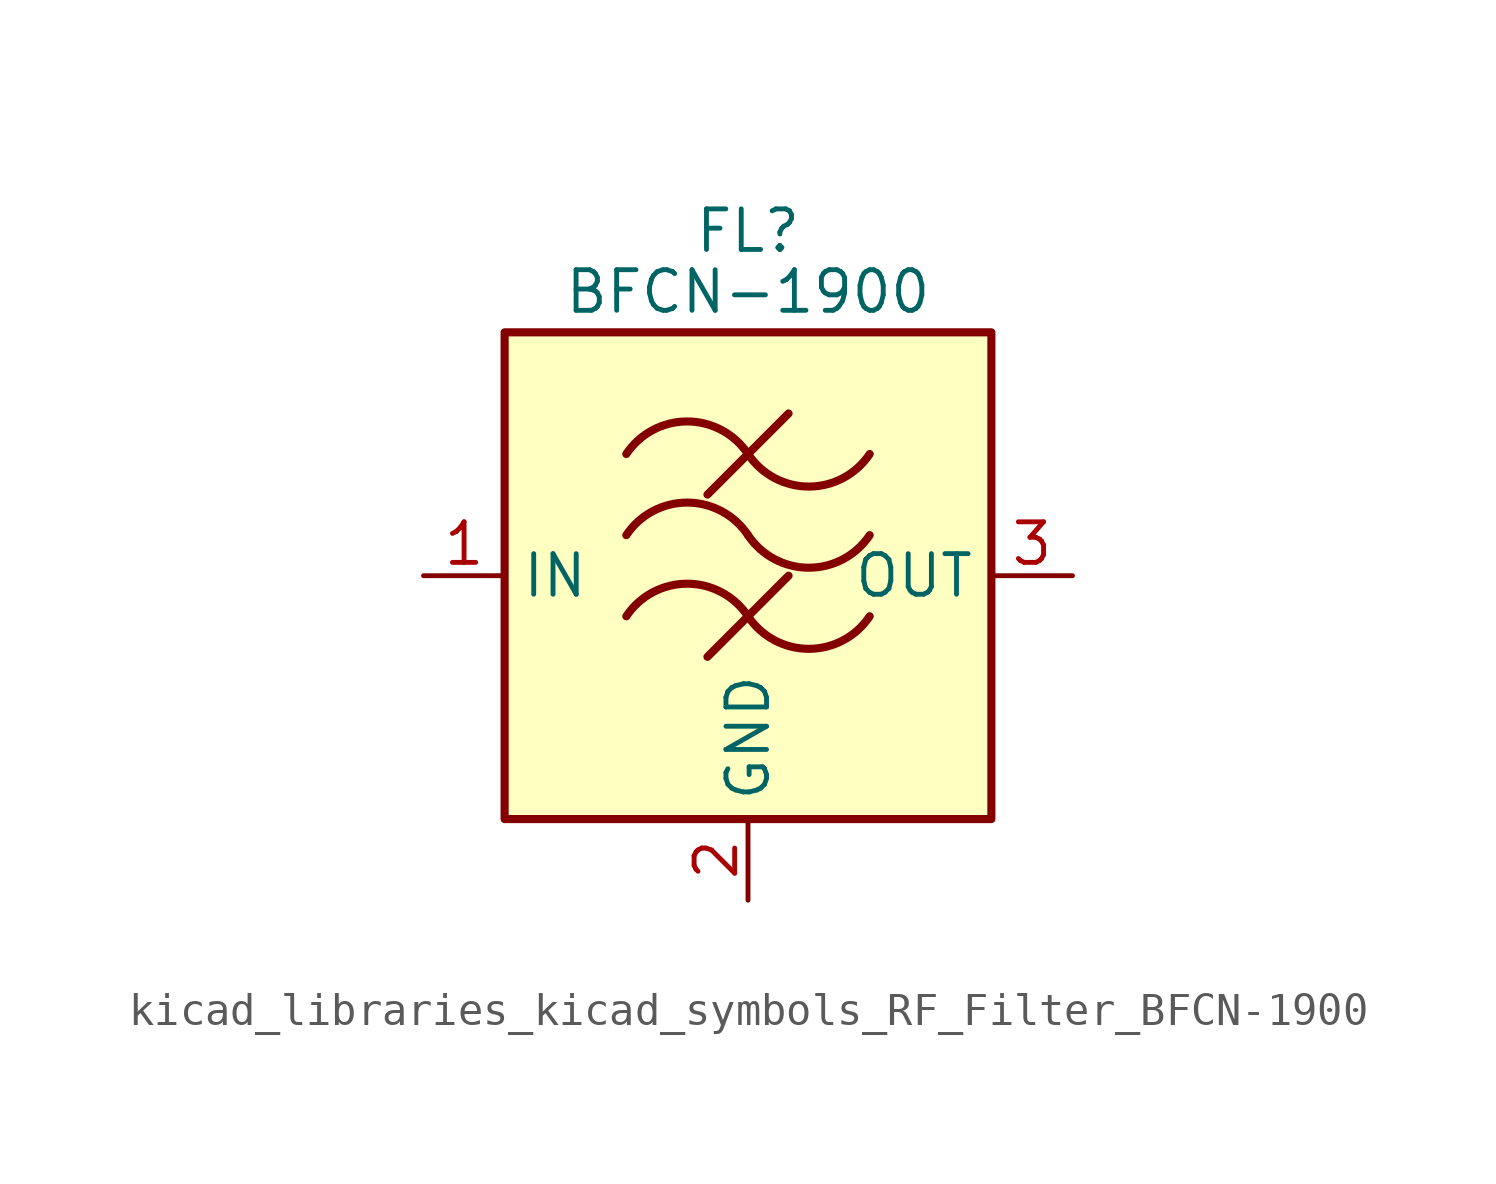
<source format=kicad_sym>
(kicad_symbol_lib
  (version 20220914)
  (generator kicad_symbol_editor)
  (symbol "kicad_libraries_kicad_symbols_RF_Filter_BFCN-1900"
    (property "Reference" "FL"
      (at 0 10.795 0)
      (effects (font (size 1.27 1.27))))
    (property "Value" "BFCN-1900"
      (at 0 8.89 0)
      (effects (font (size 1.27 1.27))))
    (symbol "kicad_libraries_kicad_symbols_RF_Filter_BFCN-1900_0_1"
      (rectangle (start -7.62 7.62) (end 7.62 -7.62) (stroke (width 0.254) (type default)) (fill (type background)))
      (arc (start 0 -1.27) (mid -1.905 -0.2505) (end -3.81 -1.27) (stroke (width 0.254) (type default)) (fill (type none)))
      (arc (start 0 -1.27) (mid 1.905 -2.2895) (end 3.81 -1.27) (stroke (width 0.254) (type default)) (fill (type none)))
      (polyline (pts (xy -1.27 -2.54) (xy 1.27 0)) (stroke (width 0.254) (type default)) (fill (type none)))
      (polyline (pts (xy -1.27 2.54) (xy 1.27 5.08)) (stroke (width 0.254) (type default)) (fill (type none)))
      (arc (start 0 1.27) (mid -1.905 2.2895) (end -3.81 1.27) (stroke (width 0.254) (type default)) (fill (type none)))
      (arc (start 0 1.27) (mid 1.905 0.2505) (end 3.81 1.27) (stroke (width 0.254) (type default)) (fill (type none)))
      (arc (start 0 3.81) (mid -1.905 4.8295) (end -3.81 3.81) (stroke (width 0.254) (type default)) (fill (type none)))
      (arc (start 0 3.81) (mid 1.905 2.7905) (end 3.81 3.81) (stroke (width 0.254) (type default)) (fill (type none))))
    (symbol "kicad_libraries_kicad_symbols_RF_Filter_BFCN-1900_1_1"
      (pin passive line (at -10.16 0 0) (length 2.54) (name "IN" (effects (font (size 1.27 1.27)))) (number "1" (effects (font (size 1.27 1.27)))))
      (pin passive line (at 0 -10.16 90) (length 2.54) (name "GND" (effects (font (size 1.27 1.27)))) (number "2" (effects (font (size 1.27 1.27)))))
      (pin passive line (at 10.16 0 180) (length 2.54) (name "OUT" (effects (font (size 1.27 1.27)))) (number "3" (effects (font (size 1.27 1.27)))))
      (pin passive line (at 0 -10.16 90) (length 2.54) hide (name "GND" (effects (font (size 1.27 1.27)))) (number "4" (effects (font (size 1.27 1.27))))))))
</source>
